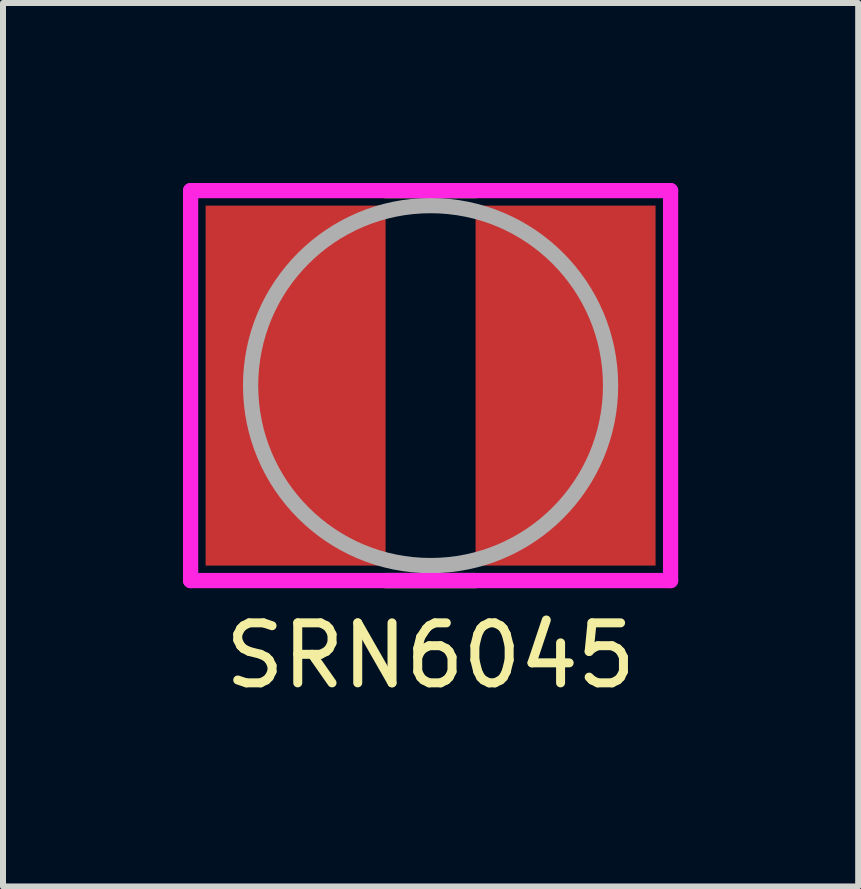
<source format=kicad_pcb>
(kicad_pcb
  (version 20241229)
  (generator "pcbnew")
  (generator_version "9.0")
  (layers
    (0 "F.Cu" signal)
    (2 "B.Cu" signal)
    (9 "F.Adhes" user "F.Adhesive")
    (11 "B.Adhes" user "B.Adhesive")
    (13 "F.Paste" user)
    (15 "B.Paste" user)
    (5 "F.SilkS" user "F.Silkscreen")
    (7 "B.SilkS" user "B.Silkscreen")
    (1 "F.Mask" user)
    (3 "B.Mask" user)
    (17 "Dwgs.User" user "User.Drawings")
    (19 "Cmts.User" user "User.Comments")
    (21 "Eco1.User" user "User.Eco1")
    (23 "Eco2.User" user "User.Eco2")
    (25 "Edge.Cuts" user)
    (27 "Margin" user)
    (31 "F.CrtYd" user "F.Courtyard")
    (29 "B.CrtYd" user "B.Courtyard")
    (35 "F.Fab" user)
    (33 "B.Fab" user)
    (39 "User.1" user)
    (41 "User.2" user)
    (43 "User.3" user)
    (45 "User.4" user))
  (footprint "SRN6045"
    (layer "F.Cu")
    (at 4.127 3.377)
    (property "Reference" "SRN6045" (at 0 4.5 0) (layer "F.SilkS") (effects (font (size 1 1) (thickness 0.15))))
    (attr through_hole)
    (fp_line (start -0.75 3.25) (end 0.75 3.25) (stroke (width 0.254) (type solid)) (layer "F.SilkS"))
    (fp_line (start 0.75 -3.25) (end -0.75 -3.25) (stroke (width 0.254) (type solid)) (layer "F.SilkS"))
    (fp_line (start -4 -3.25) (end -4 3.25) (stroke (width 0.254) (type solid)) (layer "F.CrtYd"))
    (fp_line (start -4 3.25) (end 4 3.25) (stroke (width 0.254) (type solid)) (layer "F.CrtYd"))
    (fp_line (start 4 -3.25) (end -4 -3.25) (stroke (width 0.254) (type solid)) (layer "F.CrtYd"))
    (fp_line (start 4 3.25) (end 4 -3.25) (stroke (width 0.254) (type solid)) (layer "F.CrtYd"))
    (fp_circle (center 0 0) (end 0 3) (stroke (width 0.254) (type solid)) (fill no) (layer "F.Fab"))
    (pad "1" smd rect (at -2.25 0) (size 3 6) (layers "F.Cu" "F.Mask" "F.Paste"))
    (pad "2" smd rect (at 2.25 0) (size 3 6) (layers "F.Cu" "F.Mask" "F.Paste")))
  (gr_rect
    (start -3 -3)
    (end 11.254 11.725)
    (stroke (width 0.1) (type default))
    (fill no)
    (layer "Edge.Cuts")))
</source>
